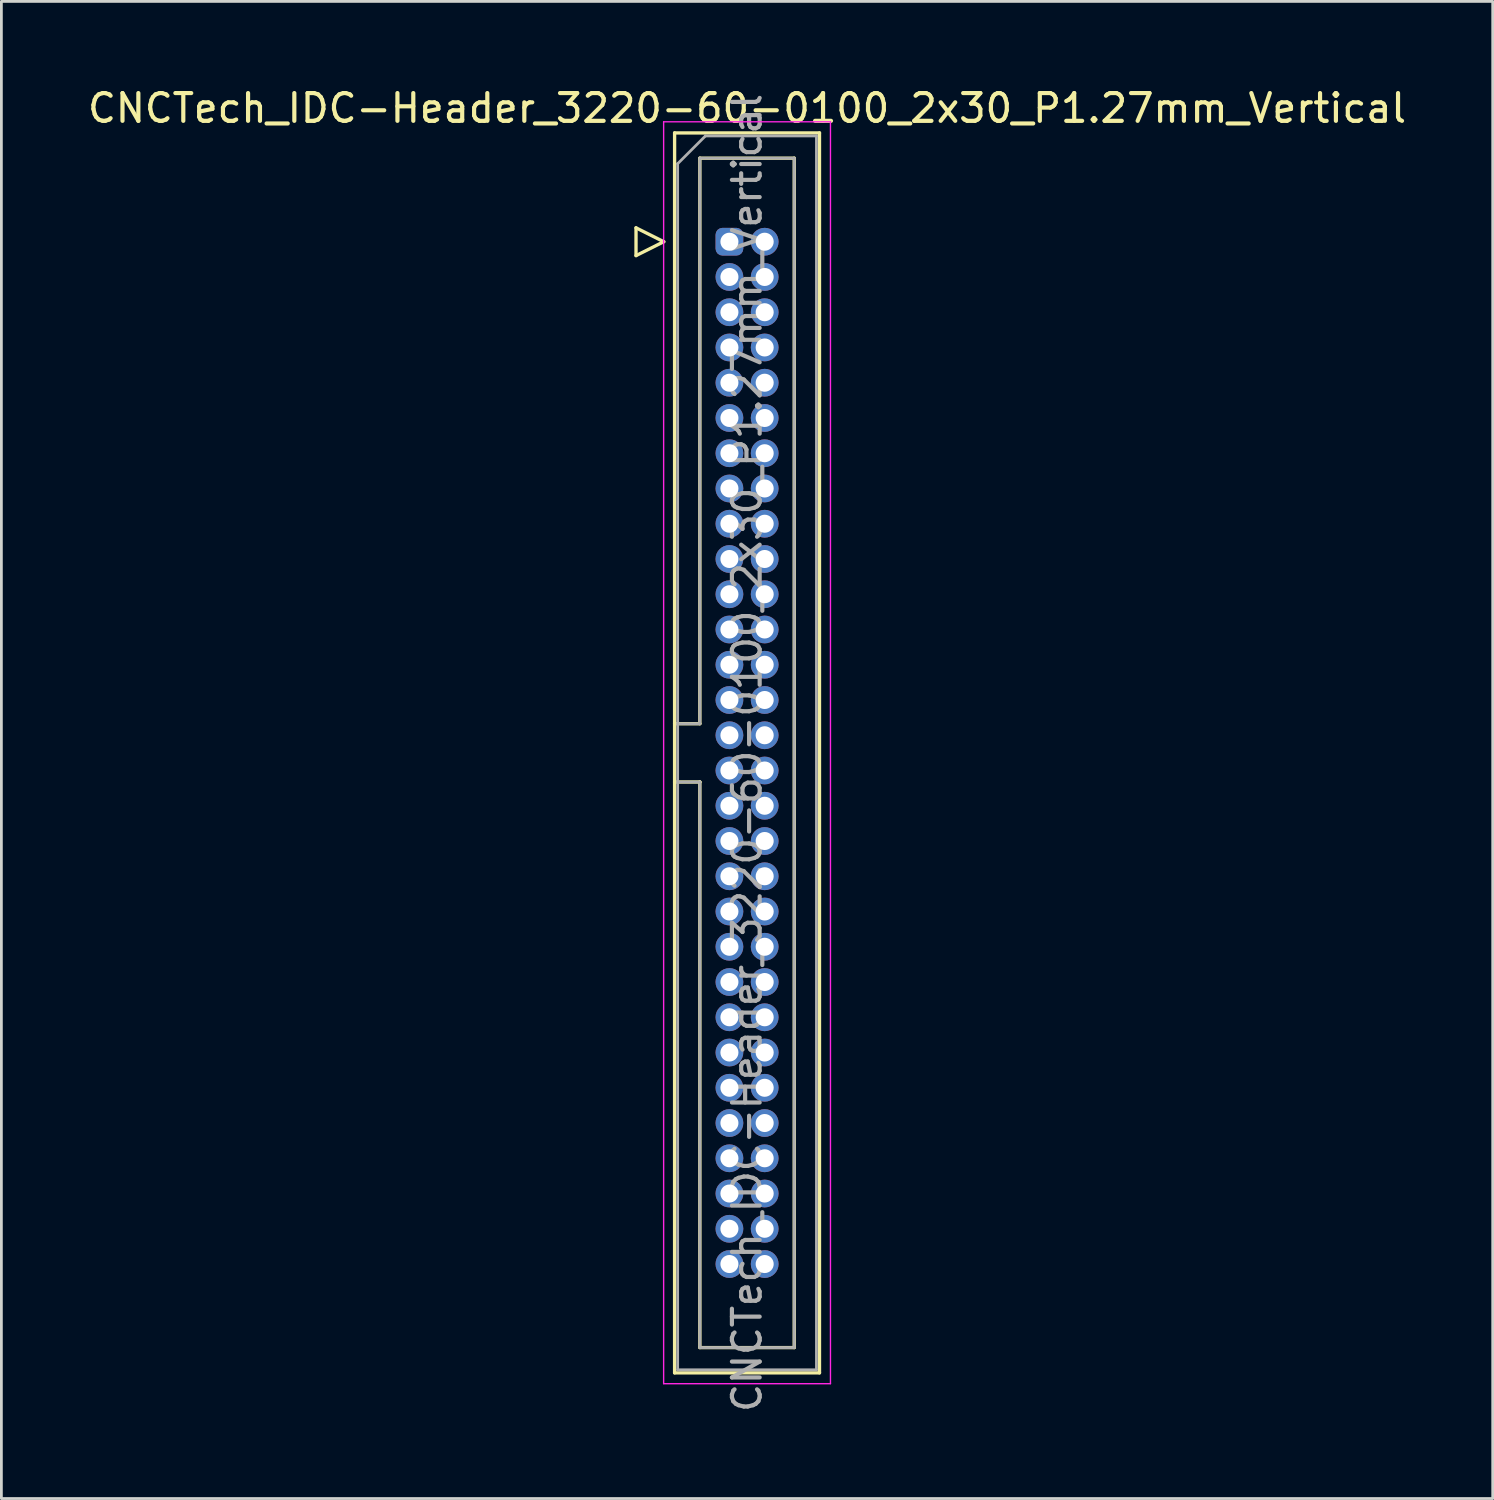
<source format=kicad_pcb>
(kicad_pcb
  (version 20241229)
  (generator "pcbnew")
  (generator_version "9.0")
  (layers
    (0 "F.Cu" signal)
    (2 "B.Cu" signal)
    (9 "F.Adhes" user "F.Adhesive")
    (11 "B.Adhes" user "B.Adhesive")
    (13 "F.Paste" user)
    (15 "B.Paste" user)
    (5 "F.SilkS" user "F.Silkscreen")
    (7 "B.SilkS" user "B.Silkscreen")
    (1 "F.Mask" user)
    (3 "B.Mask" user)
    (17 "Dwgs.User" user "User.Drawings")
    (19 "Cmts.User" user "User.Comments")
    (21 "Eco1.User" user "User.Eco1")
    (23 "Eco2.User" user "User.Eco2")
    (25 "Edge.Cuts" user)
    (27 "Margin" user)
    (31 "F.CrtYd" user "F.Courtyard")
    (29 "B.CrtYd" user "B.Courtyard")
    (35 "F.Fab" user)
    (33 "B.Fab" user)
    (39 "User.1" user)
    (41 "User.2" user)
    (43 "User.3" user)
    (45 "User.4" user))
  (footprint "CNCTech_IDC-Header_3220-60-0100_2x30_P1.27mm_Vertical"
    (layer "F.Cu")
    (at 23.228 5.658)
    (property "Reference" "CNCTech_IDC-Header_3220-60-0100_2x30_P1.27mm_Vertical" (at 0.635 -4.81 0) (layer "F.SilkS") (effects (font (size 1 1) (thickness 0.15))))
    (attr through_hole)
    (fp_line (start -3.365 -0.5) (end -3.365 0.5) (stroke (width 0.12) (type solid)) (layer "F.SilkS"))
    (fp_line (start -3.365 0.5) (end -2.365 0) (stroke (width 0.12) (type solid)) (layer "F.SilkS"))
    (fp_line (start -2.365 0) (end -3.365 -0.5) (stroke (width 0.12) (type solid)) (layer "F.SilkS"))
    (fp_line (start -1.975 -3.92) (end 3.245 -3.92) (stroke (width 0.12) (type solid)) (layer "F.SilkS"))
    (fp_line (start -1.975 17.365) (end -1.065 17.365) (stroke (width 0.12) (type solid)) (layer "F.SilkS"))
    (fp_line (start -1.975 40.75) (end -1.975 -3.92) (stroke (width 0.12) (type solid)) (layer "F.SilkS"))
    (fp_line (start -1.065 -3.01) (end 2.335 -3.01) (stroke (width 0.12) (type solid)) (layer "F.SilkS"))
    (fp_line (start -1.065 17.365) (end -1.065 -3.01) (stroke (width 0.12) (type solid)) (layer "F.SilkS"))
    (fp_line (start -1.065 19.465) (end -1.975 19.465) (stroke (width 0.12) (type solid)) (layer "F.SilkS"))
    (fp_line (start -1.065 19.465) (end -1.065 19.465) (stroke (width 0.12) (type solid)) (layer "F.SilkS"))
    (fp_line (start -1.065 39.84) (end -1.065 19.465) (stroke (width 0.12) (type solid)) (layer "F.SilkS"))
    (fp_line (start 2.335 -3.01) (end 2.335 39.84) (stroke (width 0.12) (type solid)) (layer "F.SilkS"))
    (fp_line (start 2.335 39.84) (end -1.065 39.84) (stroke (width 0.12) (type solid)) (layer "F.SilkS"))
    (fp_line (start 3.245 -3.92) (end 3.245 40.75) (stroke (width 0.12) (type solid)) (layer "F.SilkS"))
    (fp_line (start 3.245 40.75) (end -1.975 40.75) (stroke (width 0.12) (type solid)) (layer "F.SilkS"))
    (fp_line (start -2.37 -4.32) (end -2.37 41.14) (stroke (width 0.05) (type solid)) (layer "F.CrtYd"))
    (fp_line (start -2.37 41.14) (end 3.64 41.14) (stroke (width 0.05) (type solid)) (layer "F.CrtYd"))
    (fp_line (start 3.64 -4.32) (end -2.37 -4.32) (stroke (width 0.05) (type solid)) (layer "F.CrtYd"))
    (fp_line (start 3.64 41.14) (end 3.64 -4.32) (stroke (width 0.05) (type solid)) (layer "F.CrtYd"))
    (fp_line (start -1.865 -2.81) (end -0.865 -3.81) (stroke (width 0.1) (type solid)) (layer "F.Fab"))
    (fp_line (start -1.865 17.365) (end -1.065 17.365) (stroke (width 0.1) (type solid)) (layer "F.Fab"))
    (fp_line (start -1.865 40.64) (end -1.865 -2.81) (stroke (width 0.1) (type solid)) (layer "F.Fab"))
    (fp_line (start -1.065 -3.01) (end 2.335 -3.01) (stroke (width 0.1) (type solid)) (layer "F.Fab"))
    (fp_line (start -1.065 17.365) (end -1.065 -3.01) (stroke (width 0.1) (type solid)) (layer "F.Fab"))
    (fp_line (start -1.065 19.465) (end -1.865 19.465) (stroke (width 0.1) (type solid)) (layer "F.Fab"))
    (fp_line (start -1.065 19.465) (end -1.065 19.465) (stroke (width 0.1) (type solid)) (layer "F.Fab"))
    (fp_line (start -1.065 39.84) (end -1.065 19.465) (stroke (width 0.1) (type solid)) (layer "F.Fab"))
    (fp_line (start -0.865 -3.81) (end 3.135 -3.81) (stroke (width 0.1) (type solid)) (layer "F.Fab"))
    (fp_line (start 2.335 -3.01) (end 2.335 39.84) (stroke (width 0.1) (type solid)) (layer "F.Fab"))
    (fp_line (start 2.335 39.84) (end -1.065 39.84) (stroke (width 0.1) (type solid)) (layer "F.Fab"))
    (fp_line (start 3.135 -3.81) (end 3.135 40.64) (stroke (width 0.1) (type solid)) (layer "F.Fab"))
    (fp_line (start 3.135 40.64) (end -1.865 40.64) (stroke (width 0.1) (type solid)) (layer "F.Fab"))
    (fp_text user "${REFERENCE}" (at 0.635 18.415 90) (layer "F.Fab") (effects (font (size 1 1) (thickness 0.15))))
    (pad "1" thru_hole roundrect (at 0 0) (size 1 1) (drill 0.65) (layers "*.Cu" "*.Mask") (roundrect_rratio 0.25))
    (pad "2" thru_hole circle (at 1.27 0) (size 1 1) (drill 0.65) (layers "*.Cu" "*.Mask"))
    (pad "3" thru_hole circle (at 0 1.27) (size 1 1) (drill 0.65) (layers "*.Cu" "*.Mask"))
    (pad "4" thru_hole circle (at 1.27 1.27) (size 1 1) (drill 0.65) (layers "*.Cu" "*.Mask"))
    (pad "5" thru_hole circle (at 0 2.54) (size 1 1) (drill 0.65) (layers "*.Cu" "*.Mask"))
    (pad "6" thru_hole circle (at 1.27 2.54) (size 1 1) (drill 0.65) (layers "*.Cu" "*.Mask"))
    (pad "7" thru_hole circle (at 0 3.81) (size 1 1) (drill 0.65) (layers "*.Cu" "*.Mask"))
    (pad "8" thru_hole circle (at 1.27 3.81) (size 1 1) (drill 0.65) (layers "*.Cu" "*.Mask"))
    (pad "9" thru_hole circle (at 0 5.08) (size 1 1) (drill 0.65) (layers "*.Cu" "*.Mask"))
    (pad "10" thru_hole circle (at 1.27 5.08) (size 1 1) (drill 0.65) (layers "*.Cu" "*.Mask"))
    (pad "11" thru_hole circle (at 0 6.35) (size 1 1) (drill 0.65) (layers "*.Cu" "*.Mask"))
    (pad "12" thru_hole circle (at 1.27 6.35) (size 1 1) (drill 0.65) (layers "*.Cu" "*.Mask"))
    (pad "13" thru_hole circle (at 0 7.62) (size 1 1) (drill 0.65) (layers "*.Cu" "*.Mask"))
    (pad "14" thru_hole circle (at 1.27 7.62) (size 1 1) (drill 0.65) (layers "*.Cu" "*.Mask"))
    (pad "15" thru_hole circle (at 0 8.89) (size 1 1) (drill 0.65) (layers "*.Cu" "*.Mask"))
    (pad "16" thru_hole circle (at 1.27 8.89) (size 1 1) (drill 0.65) (layers "*.Cu" "*.Mask"))
    (pad "17" thru_hole circle (at 0 10.16) (size 1 1) (drill 0.65) (layers "*.Cu" "*.Mask"))
    (pad "18" thru_hole circle (at 1.27 10.16) (size 1 1) (drill 0.65) (layers "*.Cu" "*.Mask"))
    (pad "19" thru_hole circle (at 0 11.43) (size 1 1) (drill 0.65) (layers "*.Cu" "*.Mask"))
    (pad "20" thru_hole circle (at 1.27 11.43) (size 1 1) (drill 0.65) (layers "*.Cu" "*.Mask"))
    (pad "21" thru_hole circle (at 0 12.7) (size 1 1) (drill 0.65) (layers "*.Cu" "*.Mask"))
    (pad "22" thru_hole circle (at 1.27 12.7) (size 1 1) (drill 0.65) (layers "*.Cu" "*.Mask"))
    (pad "23" thru_hole circle (at 0 13.97) (size 1 1) (drill 0.65) (layers "*.Cu" "*.Mask"))
    (pad "24" thru_hole circle (at 1.27 13.97) (size 1 1) (drill 0.65) (layers "*.Cu" "*.Mask"))
    (pad "25" thru_hole circle (at 0 15.24) (size 1 1) (drill 0.65) (layers "*.Cu" "*.Mask"))
    (pad "26" thru_hole circle (at 1.27 15.24) (size 1 1) (drill 0.65) (layers "*.Cu" "*.Mask"))
    (pad "27" thru_hole circle (at 0 16.51) (size 1 1) (drill 0.65) (layers "*.Cu" "*.Mask"))
    (pad "28" thru_hole circle (at 1.27 16.51) (size 1 1) (drill 0.65) (layers "*.Cu" "*.Mask"))
    (pad "29" thru_hole circle (at 0 17.78) (size 1 1) (drill 0.65) (layers "*.Cu" "*.Mask"))
    (pad "30" thru_hole circle (at 1.27 17.78) (size 1 1) (drill 0.65) (layers "*.Cu" "*.Mask"))
    (pad "31" thru_hole circle (at 0 19.05) (size 1 1) (drill 0.65) (layers "*.Cu" "*.Mask"))
    (pad "32" thru_hole circle (at 1.27 19.05) (size 1 1) (drill 0.65) (layers "*.Cu" "*.Mask"))
    (pad "33" thru_hole circle (at 0 20.32) (size 1 1) (drill 0.65) (layers "*.Cu" "*.Mask"))
    (pad "34" thru_hole circle (at 1.27 20.32) (size 1 1) (drill 0.65) (layers "*.Cu" "*.Mask"))
    (pad "35" thru_hole circle (at 0 21.59) (size 1 1) (drill 0.65) (layers "*.Cu" "*.Mask"))
    (pad "36" thru_hole circle (at 1.27 21.59) (size 1 1) (drill 0.65) (layers "*.Cu" "*.Mask"))
    (pad "37" thru_hole circle (at 0 22.86) (size 1 1) (drill 0.65) (layers "*.Cu" "*.Mask"))
    (pad "38" thru_hole circle (at 1.27 22.86) (size 1 1) (drill 0.65) (layers "*.Cu" "*.Mask"))
    (pad "39" thru_hole circle (at 0 24.13) (size 1 1) (drill 0.65) (layers "*.Cu" "*.Mask"))
    (pad "40" thru_hole circle (at 1.27 24.13) (size 1 1) (drill 0.65) (layers "*.Cu" "*.Mask"))
    (pad "41" thru_hole circle (at 0 25.4) (size 1 1) (drill 0.65) (layers "*.Cu" "*.Mask"))
    (pad "42" thru_hole circle (at 1.27 25.4) (size 1 1) (drill 0.65) (layers "*.Cu" "*.Mask"))
    (pad "43" thru_hole circle (at 0 26.67) (size 1 1) (drill 0.65) (layers "*.Cu" "*.Mask"))
    (pad "44" thru_hole circle (at 1.27 26.67) (size 1 1) (drill 0.65) (layers "*.Cu" "*.Mask"))
    (pad "45" thru_hole circle (at 0 27.94) (size 1 1) (drill 0.65) (layers "*.Cu" "*.Mask"))
    (pad "46" thru_hole circle (at 1.27 27.94) (size 1 1) (drill 0.65) (layers "*.Cu" "*.Mask"))
    (pad "47" thru_hole circle (at 0 29.21) (size 1 1) (drill 0.65) (layers "*.Cu" "*.Mask"))
    (pad "48" thru_hole circle (at 1.27 29.21) (size 1 1) (drill 0.65) (layers "*.Cu" "*.Mask"))
    (pad "49" thru_hole circle (at 0 30.48) (size 1 1) (drill 0.65) (layers "*.Cu" "*.Mask"))
    (pad "50" thru_hole circle (at 1.27 30.48) (size 1 1) (drill 0.65) (layers "*.Cu" "*.Mask"))
    (pad "51" thru_hole circle (at 0 31.75) (size 1 1) (drill 0.65) (layers "*.Cu" "*.Mask"))
    (pad "52" thru_hole circle (at 1.27 31.75) (size 1 1) (drill 0.65) (layers "*.Cu" "*.Mask"))
    (pad "53" thru_hole circle (at 0 33.02) (size 1 1) (drill 0.65) (layers "*.Cu" "*.Mask"))
    (pad "54" thru_hole circle (at 1.27 33.02) (size 1 1) (drill 0.65) (layers "*.Cu" "*.Mask"))
    (pad "55" thru_hole circle (at 0 34.29) (size 1 1) (drill 0.65) (layers "*.Cu" "*.Mask"))
    (pad "56" thru_hole circle (at 1.27 34.29) (size 1 1) (drill 0.65) (layers "*.Cu" "*.Mask"))
    (pad "57" thru_hole circle (at 0 35.56) (size 1 1) (drill 0.65) (layers "*.Cu" "*.Mask"))
    (pad "58" thru_hole circle (at 1.27 35.56) (size 1 1) (drill 0.65) (layers "*.Cu" "*.Mask"))
    (pad "59" thru_hole circle (at 0 36.83) (size 1 1) (drill 0.65) (layers "*.Cu" "*.Mask"))
    (pad "60" thru_hole circle (at 1.27 36.83) (size 1 1) (drill 0.65) (layers "*.Cu" "*.Mask")))
  (gr_rect
    (start -3 -3)
    (end 50.726 50.936)
    (stroke (width 0.1) (type default))
    (fill no)
    (layer "Edge.Cuts")))
</source>
